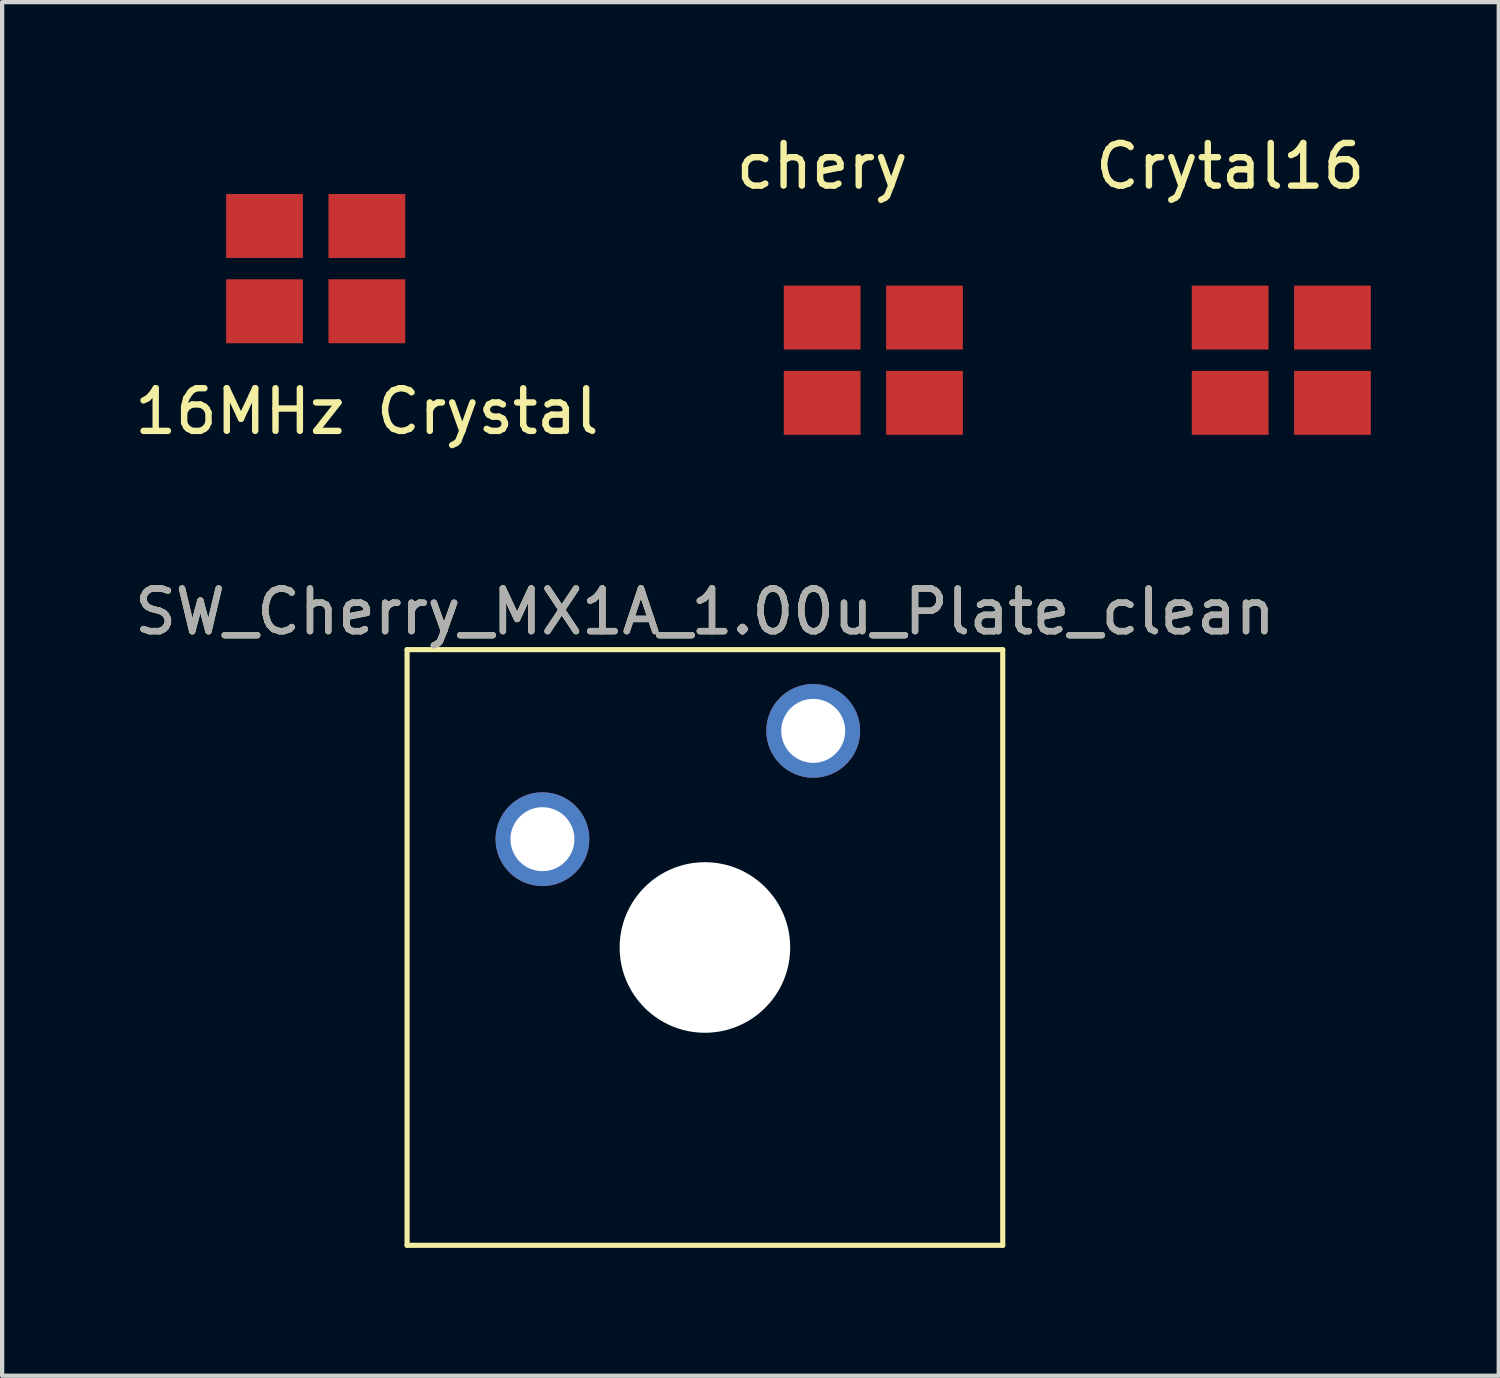
<source format=kicad_pcb>
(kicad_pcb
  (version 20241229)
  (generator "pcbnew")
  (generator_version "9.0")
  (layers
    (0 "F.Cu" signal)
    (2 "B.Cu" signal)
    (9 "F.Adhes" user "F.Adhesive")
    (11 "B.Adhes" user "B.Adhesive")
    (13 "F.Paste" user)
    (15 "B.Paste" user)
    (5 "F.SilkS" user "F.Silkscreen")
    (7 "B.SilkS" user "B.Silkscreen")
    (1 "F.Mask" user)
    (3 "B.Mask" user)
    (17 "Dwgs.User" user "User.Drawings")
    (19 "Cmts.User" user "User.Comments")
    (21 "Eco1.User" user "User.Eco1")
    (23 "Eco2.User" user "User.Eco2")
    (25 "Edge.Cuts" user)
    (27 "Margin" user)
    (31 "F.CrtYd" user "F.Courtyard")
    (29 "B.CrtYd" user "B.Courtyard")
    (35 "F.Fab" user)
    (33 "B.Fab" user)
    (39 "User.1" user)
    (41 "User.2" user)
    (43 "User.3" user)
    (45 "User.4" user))
  (footprint "chery"
    (layer "F.Cu")
    (at 16.232 4.398)
    (property "Reference" "chery" (at 0 -3.55 0) (layer "F.SilkS") (effects (font (size 1 1) (thickness 0.15))))
    (attr smd)
    (pad "1" smd rect (at 2.4 2) (size 1.8 1.5) (layers "F.Cu" "F.Mask" "F.Paste"))
    (pad "2" smd rect (at 0 0) (size 1.8 1.5) (layers "F.Cu" "F.Mask" "F.Paste"))
    (pad "3" smd rect (at 0 2) (size 1.8 1.5) (layers "F.Cu" "F.Mask" "F.Paste"))
    (pad "3" smd rect (at 2.4 0) (size 1.8 1.5) (layers "F.Cu" "F.Mask" "F.Paste")))
  (footprint "16MHz Crystal"
    (layer "F.Cu")
    (at 5.554 0.25)
    (property "Reference" "16MHz Crystal" (at 0 6.35 0) (layer "F.SilkS") (effects (font (size 1 1) (thickness 0.15))))
    (attr through_hole)
    (pad "1" smd rect (at -2.4 2) (size 1.8 1.5) (layers "F.Cu" "F.Mask" "F.Paste"))
    (pad "1" smd rect (at -2.4 4) (size 1.8 1.5) (layers "F.Cu" "F.Mask" "F.Paste"))
    (pad "1" smd rect (at 0 2) (size 1.8 1.5) (layers "F.Cu" "F.Mask" "F.Paste"))
    (pad "1" smd rect (at 0 4) (size 1.8 1.5) (layers "F.Cu" "F.Mask" "F.Paste")))
  (footprint "SW_Cherry_MX1A_1.00u_Plate_clean"
    (layer "F.Cu")
    (at 16.022 14.091)
    (property "Reference" "SW_Cherry_MX1A_1.00u_Plate_clean" (at -2.54 -2.794 0) (layer "F.SilkS") (effects (font (size 1 1) (thickness 0.15))))
    (attr through_hole)
    (fp_line (start -9.525 -1.905) (end 4.445 -1.905) (stroke (width 0.12) (type solid)) (layer "F.SilkS"))
    (fp_line (start -9.525 12.065) (end -9.525 -1.905) (stroke (width 0.12) (type solid)) (layer "F.SilkS"))
    (fp_line (start 4.445 -1.905) (end 4.445 12.065) (stroke (width 0.12) (type solid)) (layer "F.SilkS"))
    (fp_line (start 4.445 12.065) (end -9.525 12.065) (stroke (width 0.12) (type solid)) (layer "F.SilkS"))
    (fp_text user "${REFERENCE}" (at -2.54 -2.794 0) (layer "F.Fab") (effects (font (size 1 1) (thickness 0.15))))
    (pad "" np_thru_hole circle (at -2.54 5.08) (size 4 4) (drill 4) (layers "*.Cu" "*.Mask"))
    (pad "1" thru_hole circle (at 0 0) (size 2.2 2.2) (drill 1.5) (layers "*.Cu" "*.Mask"))
    (pad "2" thru_hole circle (at -6.35 2.54) (size 2.2 2.2) (drill 1.5) (layers "*.Cu" "*.Mask")))
  (footprint "Crytal16"
    (layer "F.Cu")
    (at 25.8 4.398)
    (property "Reference" "Crytal16" (at 0 -3.55 0) (layer "F.SilkS") (effects (font (size 1 1) (thickness 0.15))))
    (attr smd)
    (pad "1" smd rect (at 2.4 2) (size 1.8 1.5) (layers "F.Cu" "F.Mask" "F.Paste"))
    (pad "2" smd rect (at 0 0) (size 1.8 1.5) (layers "F.Cu" "F.Mask" "F.Paste"))
    (pad "3" smd rect (at 0 2) (size 1.8 1.5) (layers "F.Cu" "F.Mask" "F.Paste"))
    (pad "3" smd rect (at 2.4 0) (size 1.8 1.5) (layers "F.Cu" "F.Mask" "F.Paste")))
  (gr_rect
    (start -3 -3)
    (end 32.1 29.215)
    (stroke (width 0.1) (type default))
    (fill no)
    (layer "Edge.Cuts")))
</source>
